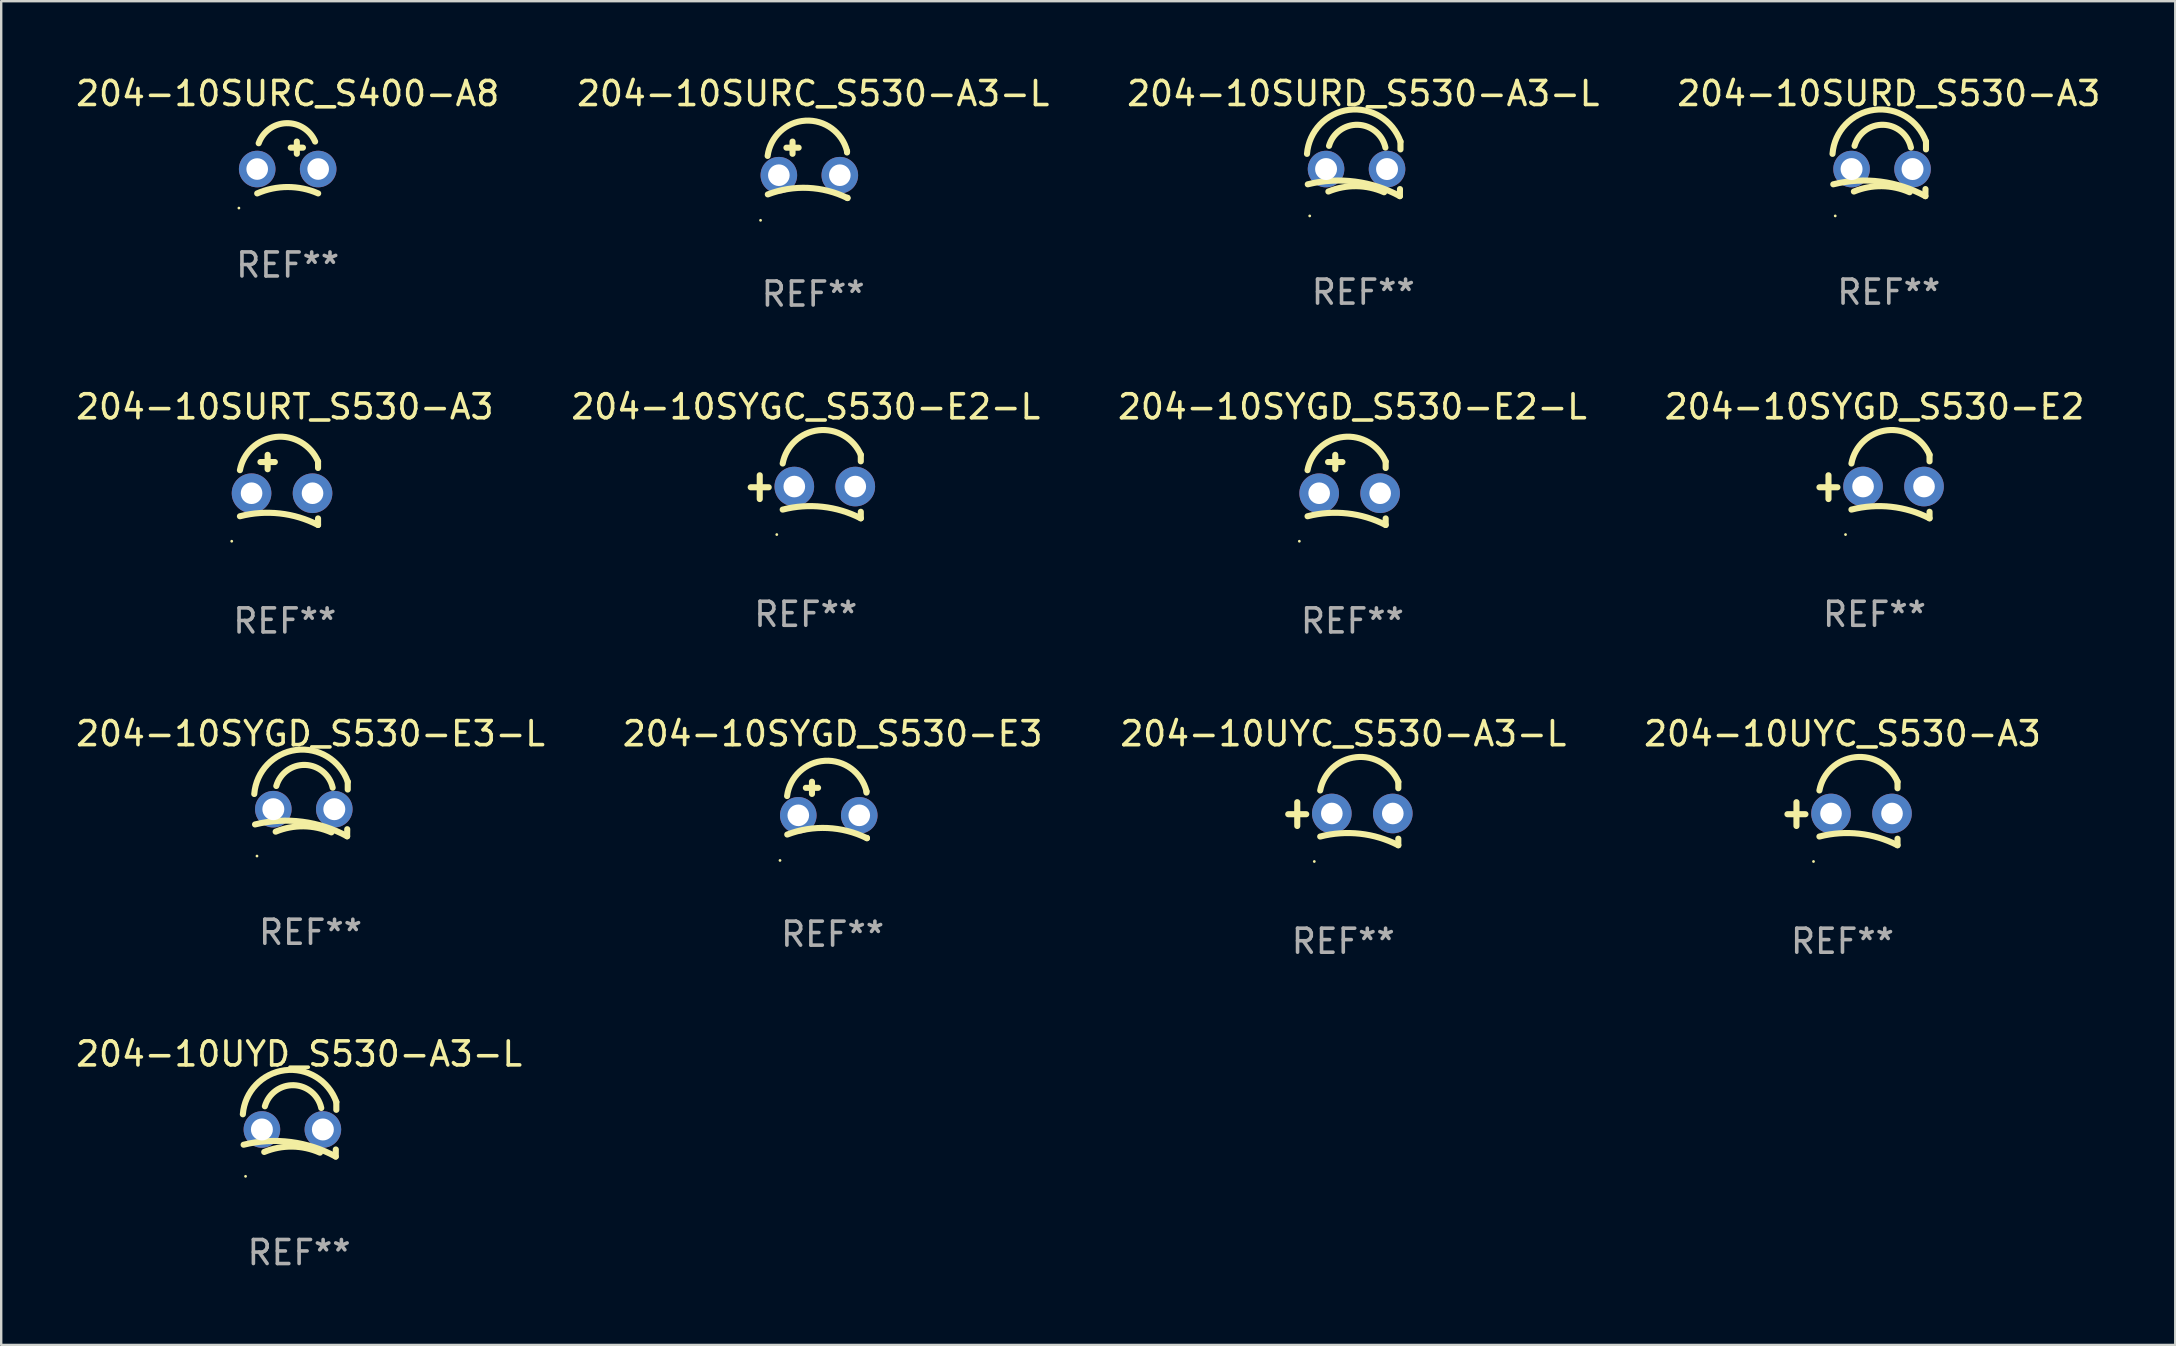
<source format=kicad_pcb>
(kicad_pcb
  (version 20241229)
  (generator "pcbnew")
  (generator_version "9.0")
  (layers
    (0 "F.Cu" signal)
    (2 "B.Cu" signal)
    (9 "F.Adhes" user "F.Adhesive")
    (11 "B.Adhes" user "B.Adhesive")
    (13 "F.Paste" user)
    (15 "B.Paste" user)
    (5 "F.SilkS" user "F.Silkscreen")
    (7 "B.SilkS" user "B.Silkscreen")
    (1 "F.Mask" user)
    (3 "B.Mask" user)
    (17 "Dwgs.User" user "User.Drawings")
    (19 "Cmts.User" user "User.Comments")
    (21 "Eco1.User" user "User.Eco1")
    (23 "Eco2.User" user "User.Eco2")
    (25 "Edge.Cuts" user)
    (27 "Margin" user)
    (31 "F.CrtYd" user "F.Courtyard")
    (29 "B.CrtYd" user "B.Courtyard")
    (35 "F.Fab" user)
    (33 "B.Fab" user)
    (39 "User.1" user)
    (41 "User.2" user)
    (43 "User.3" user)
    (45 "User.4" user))
  (footprint "204-10SURD_S530-A3-L"
    (layer "F.Cu")
    (at 53.744 3.985)
    (property "Reference" "204-10SURD_S530-A3-L" (at 0 -3.137 0) (layer "F.SilkS") (effects (font (size 1 1) (thickness 0.15))))
    (attr through_hole)
    (fp_line (start 1.529 0.842) (end 1.525 1.137) (stroke (width 0.254) (type solid)) (layer "F.SilkS"))
    (fp_line (start 1.55 -1.137) (end 1.55 -0.811) (stroke (width 0.254) (type solid)) (layer "F.SilkS"))
    (fp_arc (start -2.344336 -0.624664) (mid -0.604362 -2.457931) (end 1.550229 -1.136525) (stroke (width 0.254001) (type solid)) (layer "F.SilkS"))
    (fp_arc (start -2.31223 0.643358) (mid -0.347208 0.529557) (end 1.525184 1.136526) (stroke (width 0.254001) (type solid)) (layer "F.SilkS"))
    (fp_arc (start -1.45348 0.944425) (mid -0.289454 0.72139) (end 0.868415 0.974448) (stroke (width 0.254001) (type solid)) (layer "F.SilkS"))
    (fp_arc (start -1.426174 -0.958548) (mid -0.223791 -1.836179) (end 0.922695 -0.88669) (stroke (width 0.254001) (type solid)) (layer "F.SilkS"))
    (fp_circle (center -2.231 1.96) (end -2.201 1.96) (stroke (width 0.06) (type solid)) (fill no) (layer "F.SilkS"))
    (fp_text user "REF**" (at 0 5.137 0) (layer "F.Fab") (effects (font (size 1 1) (thickness 0.15))))
    (pad "1" thru_hole circle (at -1.55 0.008) (size 1.524 1.524) (drill 0.914) (layers "*.Cu" "*.Mask"))
    (pad "2" thru_hole circle (at 0.99 0.008) (size 1.524 1.524) (drill 0.914) (layers "*.Cu" "*.Mask")))
  (footprint "204-10SYGD_S530-E3"
    (layer "F.Cu")
    (at 31.637 30.693)
    (property "Reference" "204-10SYGD_S530-E3" (at 0 -3.176 0) (layer "F.SilkS") (effects (font (size 1 1) (thickness 0.15))))
    (attr through_hole)
    (fp_line (start -1.114 -0.922) (end -0.606 -0.922) (stroke (width 0.254) (type solid)) (layer "F.SilkS"))
    (fp_line (start -0.86 -1.176) (end -0.86 -0.668) (stroke (width 0.254) (type solid)) (layer "F.SilkS"))
    (fp_line (start 1.41 -0.776) (end 1.41 -0.723) (stroke (width 0.254) (type solid)) (layer "F.SilkS"))
    (fp_line (start 1.43 1.176) (end 1.43 1.164) (stroke (width 0.254) (type solid)) (layer "F.SilkS"))
    (fp_arc (start -1.896915 -0.579704) (mid -0.324751 -2.048067) (end 1.4103 -0.776302) (stroke (width 0.254001) (type solid)) (layer "F.SilkS"))
    (fp_arc (start -1.8897 1.023698) (mid -0.214006 0.752438) (end 1.429731 1.176302) (stroke (width 0.254001) (type solid)) (layer "F.SilkS"))
    (fp_circle (center -2.192 2.103) (end -2.162 2.103) (stroke (width 0.06) (type solid)) (fill no) (layer "F.SilkS"))
    (fp_text user "REF**" (at 0 5.176 0) (layer "F.Fab") (effects (font (size 1 1) (thickness 0.15))))
    (pad "1" thru_hole circle (at -1.43 0.224) (size 1.524 1.524) (drill 0.9) (layers "*.Cu" "*.Mask"))
    (pad "2" thru_hole circle (at 1.11 0.224) (size 1.524 1.524) (drill 0.9) (layers "*.Cu" "*.Mask")))
  (footprint "204-10SYGD_S530-E3-L"
    (layer "F.Cu")
    (at 9.887 30.653)
    (property "Reference" "204-10SYGD_S530-E3-L" (at 0 -3.137 0) (layer "F.SilkS") (effects (font (size 1 1) (thickness 0.15))))
    (attr through_hole)
    (fp_line (start 1.529 0.842) (end 1.525 1.137) (stroke (width 0.254) (type solid)) (layer "F.SilkS"))
    (fp_line (start 1.55 -1.137) (end 1.55 -0.811) (stroke (width 0.254) (type solid)) (layer "F.SilkS"))
    (fp_arc (start -2.344336 -0.624664) (mid -0.604362 -2.457931) (end 1.550229 -1.136525) (stroke (width 0.254001) (type solid)) (layer "F.SilkS"))
    (fp_arc (start -2.31223 0.643358) (mid -0.347208 0.529557) (end 1.525184 1.136526) (stroke (width 0.254001) (type solid)) (layer "F.SilkS"))
    (fp_arc (start -1.45348 0.944425) (mid -0.289454 0.72139) (end 0.868415 0.974448) (stroke (width 0.254001) (type solid)) (layer "F.SilkS"))
    (fp_arc (start -1.426174 -0.958548) (mid -0.223791 -1.836179) (end 0.922695 -0.88669) (stroke (width 0.254001) (type solid)) (layer "F.SilkS"))
    (fp_circle (center -2.231 1.96) (end -2.201 1.96) (stroke (width 0.06) (type solid)) (fill no) (layer "F.SilkS"))
    (fp_text user "REF**" (at 0 5.137 0) (layer "F.Fab") (effects (font (size 1 1) (thickness 0.15))))
    (pad "1" thru_hole circle (at -1.55 0.008) (size 1.524 1.524) (drill 0.914) (layers "*.Cu" "*.Mask"))
    (pad "2" thru_hole circle (at 0.99 0.008) (size 1.524 1.524) (drill 0.914) (layers "*.Cu" "*.Mask")))
  (footprint "204-10SURD_S530-A3"
    (layer "F.Cu")
    (at 75.637 3.985)
    (property "Reference" "204-10SURD_S530-A3" (at 0 -3.137 0) (layer "F.SilkS") (effects (font (size 1 1) (thickness 0.15))))
    (attr through_hole)
    (fp_line (start 1.529 0.842) (end 1.525 1.137) (stroke (width 0.254) (type solid)) (layer "F.SilkS"))
    (fp_line (start 1.55 -1.137) (end 1.55 -0.811) (stroke (width 0.254) (type solid)) (layer "F.SilkS"))
    (fp_arc (start -2.344336 -0.624664) (mid -0.604362 -2.457931) (end 1.550229 -1.136525) (stroke (width 0.254001) (type solid)) (layer "F.SilkS"))
    (fp_arc (start -2.31223 0.643358) (mid -0.347208 0.529557) (end 1.525184 1.136526) (stroke (width 0.254001) (type solid)) (layer "F.SilkS"))
    (fp_arc (start -1.45348 0.944425) (mid -0.289454 0.72139) (end 0.868415 0.974448) (stroke (width 0.254001) (type solid)) (layer "F.SilkS"))
    (fp_arc (start -1.426174 -0.958548) (mid -0.223791 -1.836179) (end 0.922695 -0.88669) (stroke (width 0.254001) (type solid)) (layer "F.SilkS"))
    (fp_circle (center -2.231 1.96) (end -2.201 1.96) (stroke (width 0.06) (type solid)) (fill no) (layer "F.SilkS"))
    (fp_text user "REF**" (at 0 5.137 0) (layer "F.Fab") (effects (font (size 1 1) (thickness 0.15))))
    (pad "1" thru_hole circle (at -1.55 0.008) (size 1.524 1.524) (drill 0.914) (layers "*.Cu" "*.Mask"))
    (pad "2" thru_hole circle (at 0.99 0.008) (size 1.524 1.524) (drill 0.914) (layers "*.Cu" "*.Mask")))
  (footprint "204-10SYGD_S530-E2-L"
    (layer "F.Cu")
    (at 53.292 17.359)
    (property "Reference" "204-10SYGD_S530-E2-L" (at 0 -3.461 0) (layer "F.SilkS") (effects (font (size 1 1) (thickness 0.15))))
    (attr through_hole)
    (fp_line (start -1.015 -1.161) (end -0.415 -1.161) (stroke (width 0.254) (type solid)) (layer "F.SilkS"))
    (fp_line (start -0.715 -1.461) (end -0.715 -0.861) (stroke (width 0.254) (type solid)) (layer "F.SilkS"))
    (fp_line (start 1.385 -0.912) (end 1.385 -1.184) (stroke (width 0.254) (type solid)) (layer "F.SilkS"))
    (fp_line (start 1.385 1.461) (end 1.385 1.189) (stroke (width 0.254) (type solid)) (layer "F.SilkS"))
    (fp_arc (start -1.869406 -0.821678) (mid -0.376295 -2.206311) (end 1.385001 -1.184341) (stroke (width 0.254001) (type solid)) (layer "F.SilkS"))
    (fp_arc (start -1.869406 1.098768) (mid -0.20894 0.981616) (end 1.385001 1.46143) (stroke (width 0.254001) (type solid)) (layer "F.SilkS"))
    (fp_circle (center -2.211 2.139) (end -2.181 2.139) (stroke (width 0.06) (type solid)) (fill no) (layer "F.SilkS"))
    (fp_text user "REF**" (at 0 5.461 0) (layer "F.Fab") (effects (font (size 1 1) (thickness 0.15))))
    (pad "1" thru_hole circle (at -1.385 0.139) (size 1.651 1.651) (drill 0.9) (layers "*.Cu" "*.Mask"))
    (pad "2" thru_hole circle (at 1.155 0.139) (size 1.651 1.651) (drill 0.9) (layers "*.Cu" "*.Mask")))
  (footprint "204-10SYGC_S530-E2-L"
    (layer "F.Cu")
    (at 30.518 17.22)
    (property "Reference" "204-10SYGC_S530-E2-L" (at 0 -3.323 0) (layer "F.SilkS") (effects (font (size 1 1) (thickness 0.15))))
    (attr through_hole)
    (fp_line (start -1.917 0.52) (end -1.917 -0.47) (stroke (width 0.254) (type solid)) (layer "F.SilkS"))
    (fp_line (start -1.543 0.03) (end -2.293 0.03) (stroke (width 0.254) (type solid)) (layer "F.SilkS"))
    (fp_line (start 2.293 -1.051) (end 2.293 -1.323) (stroke (width 0.254) (type solid)) (layer "F.SilkS"))
    (fp_line (start 2.293 1.323) (end 2.293 1.051) (stroke (width 0.254) (type solid)) (layer "F.SilkS"))
    (fp_arc (start -0.96124 0.960224) (mid 0.699225 0.843072) (end 2.293167 1.322885) (stroke (width 0.254001) (type solid)) (layer "F.SilkS"))
    (fp_arc (start -0.961239 -0.960224) (mid 0.531872 -2.344856) (end 2.293167 -1.322885) (stroke (width 0.254001) (type solid)) (layer "F.SilkS"))
    (fp_circle (center -1.207 2) (end -1.177 2) (stroke (width 0.06) (type solid)) (fill no) (layer "F.SilkS"))
    (fp_text user "REF**" (at 0 5.323 0) (layer "F.Fab") (effects (font (size 1 1) (thickness 0.15))))
    (pad "1" thru_hole circle (at -0.477 0) (size 1.651 1.651) (drill 0.9) (layers "*.Cu" "*.Mask"))
    (pad "2" thru_hole circle (at 2.063 0) (size 1.651 1.651) (drill 0.9) (layers "*.Cu" "*.Mask")))
  (footprint "204-10SURC_S530-A3-L"
    (layer "F.Cu")
    (at 30.827 4.025)
    (property "Reference" "204-10SURC_S530-A3-L" (at 0 -3.176 0) (layer "F.SilkS") (effects (font (size 1 1) (thickness 0.15))))
    (attr through_hole)
    (fp_line (start -1.114 -0.922) (end -0.606 -0.922) (stroke (width 0.254) (type solid)) (layer "F.SilkS"))
    (fp_line (start -0.86 -1.176) (end -0.86 -0.668) (stroke (width 0.254) (type solid)) (layer "F.SilkS"))
    (fp_line (start 1.41 -0.776) (end 1.41 -0.723) (stroke (width 0.254) (type solid)) (layer "F.SilkS"))
    (fp_line (start 1.43 1.176) (end 1.43 1.164) (stroke (width 0.254) (type solid)) (layer "F.SilkS"))
    (fp_arc (start -1.896915 -0.579704) (mid -0.324751 -2.048067) (end 1.4103 -0.776302) (stroke (width 0.254001) (type solid)) (layer "F.SilkS"))
    (fp_arc (start -1.8897 1.023698) (mid -0.214006 0.752438) (end 1.429731 1.176302) (stroke (width 0.254001) (type solid)) (layer "F.SilkS"))
    (fp_circle (center -2.192 2.103) (end -2.162 2.103) (stroke (width 0.06) (type solid)) (fill no) (layer "F.SilkS"))
    (fp_text user "REF**" (at 0 5.176 0) (layer "F.Fab") (effects (font (size 1 1) (thickness 0.15))))
    (pad "1" thru_hole circle (at -1.43 0.224) (size 1.524 1.524) (drill 0.9) (layers "*.Cu" "*.Mask"))
    (pad "2" thru_hole circle (at 1.11 0.224) (size 1.524 1.524) (drill 0.9) (layers "*.Cu" "*.Mask")))
  (footprint "204-10SURC_S400-A8"
    (layer "F.Cu")
    (at 8.935 3.42)
    (property "Reference" "204-10SURC_S400-A8" (at 0 -2.572 0) (layer "F.SilkS") (effects (font (size 1 1) (thickness 0.15))))
    (attr through_hole)
    (fp_line (start 0.127 -0.318) (end 0.635 -0.318) (stroke (width 0.254) (type solid)) (layer "F.SilkS"))
    (fp_line (start 0.381 -0.572) (end 0.381 -0.064) (stroke (width 0.254) (type solid)) (layer "F.SilkS"))
    (fp_arc (start -1.270003 1.587503) (mid 0 1.321302) (end 1.270002 1.587503) (stroke (width 0.254001) (type solid)) (layer "F.SilkS"))
    (fp_arc (start -1.208153 -0.502413) (mid -0.056118 -1.338152) (end 1.143002 -0.571501) (stroke (width 0.254001) (type solid)) (layer "F.SilkS"))
    (fp_circle (center -2.032 2.198) (end -2.002 2.198) (stroke (width 0.06) (type solid)) (fill no) (layer "F.SilkS"))
    (fp_text user "REF**" (at 0 4.572 0) (layer "F.Fab") (effects (font (size 1 1) (thickness 0.15))))
    (pad "1" thru_hole circle (at -1.27 0.572) (size 1.524 1.524) (drill 0.9) (layers "*.Cu" "*.Mask"))
    (pad "2" thru_hole circle (at 1.27 0.572) (size 1.524 1.524) (drill 0.9) (layers "*.Cu" "*.Mask")))
  (footprint "204-10UYD_S530-A3-L"
    (layer "F.Cu")
    (at 9.411 43.996)
    (property "Reference" "204-10UYD_S530-A3-L" (at 0 -3.137 0) (layer "F.SilkS") (effects (font (size 1 1) (thickness 0.15))))
    (attr through_hole)
    (fp_line (start 1.529 0.842) (end 1.525 1.137) (stroke (width 0.254) (type solid)) (layer "F.SilkS"))
    (fp_line (start 1.55 -1.137) (end 1.55 -0.811) (stroke (width 0.254) (type solid)) (layer "F.SilkS"))
    (fp_arc (start -2.344336 -0.624664) (mid -0.604362 -2.457931) (end 1.550229 -1.136525) (stroke (width 0.254001) (type solid)) (layer "F.SilkS"))
    (fp_arc (start -2.31223 0.643358) (mid -0.347208 0.529557) (end 1.525184 1.136526) (stroke (width 0.254001) (type solid)) (layer "F.SilkS"))
    (fp_arc (start -1.45348 0.944425) (mid -0.289454 0.72139) (end 0.868415 0.974448) (stroke (width 0.254001) (type solid)) (layer "F.SilkS"))
    (fp_arc (start -1.426174 -0.958548) (mid -0.223791 -1.836179) (end 0.922695 -0.88669) (stroke (width 0.254001) (type solid)) (layer "F.SilkS"))
    (fp_circle (center -2.231 1.96) (end -2.201 1.96) (stroke (width 0.06) (type solid)) (fill no) (layer "F.SilkS"))
    (fp_text user "REF**" (at 0 5.137 0) (layer "F.Fab") (effects (font (size 1 1) (thickness 0.15))))
    (pad "1" thru_hole circle (at -1.55 0.008) (size 1.524 1.524) (drill 0.914) (layers "*.Cu" "*.Mask"))
    (pad "2" thru_hole circle (at 0.99 0.008) (size 1.524 1.524) (drill 0.914) (layers "*.Cu" "*.Mask")))
  (footprint "204-10UYC_S530-A3-L"
    (layer "F.Cu")
    (at 52.911 30.84)
    (property "Reference" "204-10UYC_S530-A3-L" (at 0 -3.323 0) (layer "F.SilkS") (effects (font (size 1 1) (thickness 0.15))))
    (attr through_hole)
    (fp_line (start -1.917 0.52) (end -1.917 -0.47) (stroke (width 0.254) (type solid)) (layer "F.SilkS"))
    (fp_line (start -1.543 0.03) (end -2.293 0.03) (stroke (width 0.254) (type solid)) (layer "F.SilkS"))
    (fp_line (start 2.293 -1.051) (end 2.293 -1.323) (stroke (width 0.254) (type solid)) (layer "F.SilkS"))
    (fp_line (start 2.293 1.323) (end 2.293 1.051) (stroke (width 0.254) (type solid)) (layer "F.SilkS"))
    (fp_arc (start -0.96124 0.960224) (mid 0.699225 0.843072) (end 2.293167 1.322885) (stroke (width 0.254001) (type solid)) (layer "F.SilkS"))
    (fp_arc (start -0.961239 -0.960224) (mid 0.531872 -2.344856) (end 2.293167 -1.322885) (stroke (width 0.254001) (type solid)) (layer "F.SilkS"))
    (fp_circle (center -1.207 2) (end -1.177 2) (stroke (width 0.06) (type solid)) (fill no) (layer "F.SilkS"))
    (fp_text user "REF**" (at 0 5.323 0) (layer "F.Fab") (effects (font (size 1 1) (thickness 0.15))))
    (pad "1" thru_hole circle (at -0.477 0) (size 1.651 1.651) (drill 0.9) (layers "*.Cu" "*.Mask"))
    (pad "2" thru_hole circle (at 2.063 0) (size 1.651 1.651) (drill 0.9) (layers "*.Cu" "*.Mask")))
  (footprint "204-10UYC_S530-A3"
    (layer "F.Cu")
    (at 73.708 30.84)
    (property "Reference" "204-10UYC_S530-A3" (at 0 -3.323 0) (layer "F.SilkS") (effects (font (size 1 1) (thickness 0.15))))
    (attr through_hole)
    (fp_line (start -1.917 0.52) (end -1.917 -0.47) (stroke (width 0.254) (type solid)) (layer "F.SilkS"))
    (fp_line (start -1.543 0.03) (end -2.293 0.03) (stroke (width 0.254) (type solid)) (layer "F.SilkS"))
    (fp_line (start 2.293 -1.051) (end 2.293 -1.323) (stroke (width 0.254) (type solid)) (layer "F.SilkS"))
    (fp_line (start 2.293 1.323) (end 2.293 1.051) (stroke (width 0.254) (type solid)) (layer "F.SilkS"))
    (fp_arc (start -0.96124 0.960224) (mid 0.699225 0.843072) (end 2.293167 1.322885) (stroke (width 0.254001) (type solid)) (layer "F.SilkS"))
    (fp_arc (start -0.961239 -0.960224) (mid 0.531872 -2.344856) (end 2.293167 -1.322885) (stroke (width 0.254001) (type solid)) (layer "F.SilkS"))
    (fp_circle (center -1.207 2) (end -1.177 2) (stroke (width 0.06) (type solid)) (fill no) (layer "F.SilkS"))
    (fp_text user "REF**" (at 0 5.323 0) (layer "F.Fab") (effects (font (size 1 1) (thickness 0.15))))
    (pad "1" thru_hole circle (at -0.477 0) (size 1.651 1.651) (drill 0.9) (layers "*.Cu" "*.Mask"))
    (pad "2" thru_hole circle (at 2.063 0) (size 1.651 1.651) (drill 0.9) (layers "*.Cu" "*.Mask")))
  (footprint "204-10SURT_S530-A3"
    (layer "F.Cu")
    (at 8.815 17.359)
    (property "Reference" "204-10SURT_S530-A3" (at 0 -3.461 0) (layer "F.SilkS") (effects (font (size 1 1) (thickness 0.15))))
    (attr through_hole)
    (fp_line (start -1.015 -1.161) (end -0.415 -1.161) (stroke (width 0.254) (type solid)) (layer "F.SilkS"))
    (fp_line (start -0.715 -1.461) (end -0.715 -0.861) (stroke (width 0.254) (type solid)) (layer "F.SilkS"))
    (fp_line (start 1.385 -0.912) (end 1.385 -1.184) (stroke (width 0.254) (type solid)) (layer "F.SilkS"))
    (fp_line (start 1.385 1.461) (end 1.385 1.189) (stroke (width 0.254) (type solid)) (layer "F.SilkS"))
    (fp_arc (start -1.869406 -0.821678) (mid -0.376295 -2.206311) (end 1.385001 -1.184341) (stroke (width 0.254001) (type solid)) (layer "F.SilkS"))
    (fp_arc (start -1.869406 1.098768) (mid -0.20894 0.981616) (end 1.385001 1.46143) (stroke (width 0.254001) (type solid)) (layer "F.SilkS"))
    (fp_circle (center -2.211 2.139) (end -2.181 2.139) (stroke (width 0.06) (type solid)) (fill no) (layer "F.SilkS"))
    (fp_text user "REF**" (at 0 5.461 0) (layer "F.Fab") (effects (font (size 1 1) (thickness 0.15))))
    (pad "1" thru_hole circle (at -1.385 0.139) (size 1.651 1.651) (drill 0.9) (layers "*.Cu" "*.Mask"))
    (pad "2" thru_hole circle (at 1.155 0.139) (size 1.651 1.651) (drill 0.9) (layers "*.Cu" "*.Mask")))
  (footprint "204-10SYGD_S530-E2"
    (layer "F.Cu")
    (at 75.042 17.22)
    (property "Reference" "204-10SYGD_S530-E2" (at 0 -3.323 0) (layer "F.SilkS") (effects (font (size 1 1) (thickness 0.15))))
    (attr through_hole)
    (fp_line (start -1.917 0.52) (end -1.917 -0.47) (stroke (width 0.254) (type solid)) (layer "F.SilkS"))
    (fp_line (start -1.543 0.03) (end -2.293 0.03) (stroke (width 0.254) (type solid)) (layer "F.SilkS"))
    (fp_line (start 2.293 -1.051) (end 2.293 -1.323) (stroke (width 0.254) (type solid)) (layer "F.SilkS"))
    (fp_line (start 2.293 1.323) (end 2.293 1.051) (stroke (width 0.254) (type solid)) (layer "F.SilkS"))
    (fp_arc (start -0.96124 0.960224) (mid 0.699225 0.843072) (end 2.293167 1.322885) (stroke (width 0.254001) (type solid)) (layer "F.SilkS"))
    (fp_arc (start -0.961239 -0.960224) (mid 0.531872 -2.344856) (end 2.293167 -1.322885) (stroke (width 0.254001) (type solid)) (layer "F.SilkS"))
    (fp_circle (center -1.207 2) (end -1.177 2) (stroke (width 0.06) (type solid)) (fill no) (layer "F.SilkS"))
    (fp_text user "REF**" (at 0 5.323 0) (layer "F.Fab") (effects (font (size 1 1) (thickness 0.15))))
    (pad "1" thru_hole circle (at -0.477 0) (size 1.651 1.651) (drill 0.9) (layers "*.Cu" "*.Mask"))
    (pad "2" thru_hole circle (at 2.063 0) (size 1.651 1.651) (drill 0.9) (layers "*.Cu" "*.Mask")))
  (gr_rect
    (start -3 -3)
    (end 87.571 52.98)
    (stroke (width 0.1) (type default))
    (fill no)
    (layer "Edge.Cuts")))
</source>
